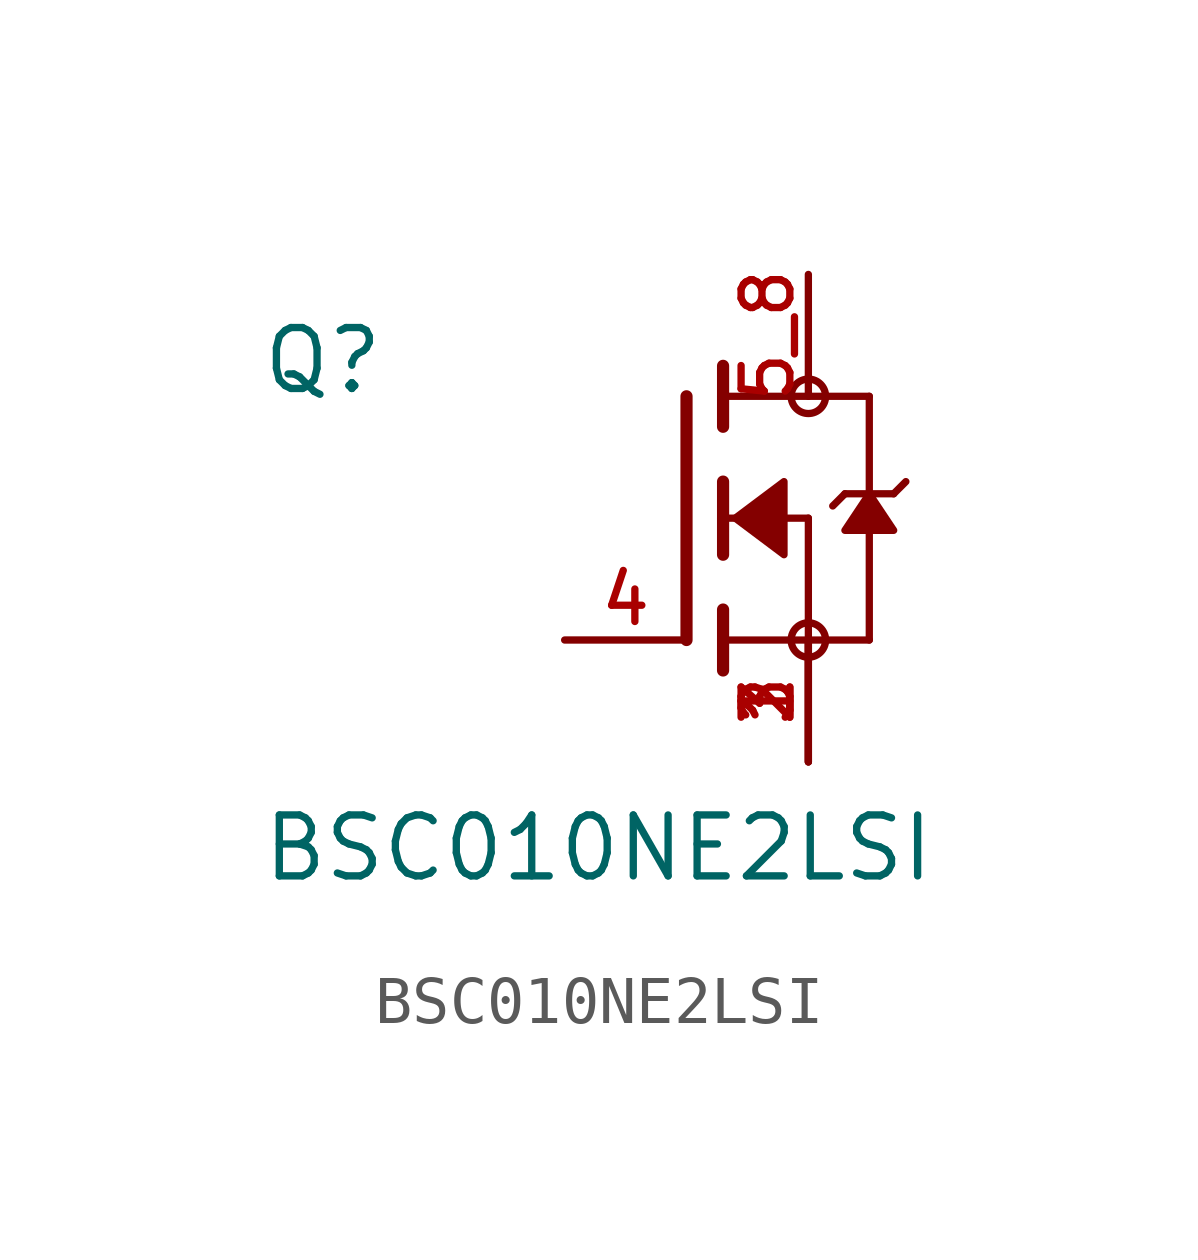
<source format=kicad_sym>
(kicad_symbol_lib
  (version 20211014)
  (generator kicad_symbol_editor)
  (symbol "BSC010NE2LSI"
    (pin_names
      (offset 1.016))
    (property "Reference" "Q"
      (at -8.89 2.54 0)
      (effects (font (size 1.27 1.27)) (justify bottom left)))
    (property "Value" "BSC010NE2LSI"
      (at -8.89 -7.62 0)
      (effects (font (size 1.27 1.27)) (justify bottom left)))
    (symbol "BSC010NE2LSI_0_0"
      (polyline (pts (xy 0.762 0.762) (xy 0.762 0.0)) (stroke (width 0.254)))
      (polyline (pts (xy 0.762 0.0) (xy 0.762 -0.762)) (stroke (width 0.254)))
      (polyline (pts (xy 0.762 3.175) (xy 0.762 2.54)) (stroke (width 0.254)))
      (polyline (pts (xy 0.762 2.54) (xy 0.762 1.905)) (stroke (width 0.254)))
      (polyline (pts (xy 0.762 0.0) (xy 2.54 0.0)) (stroke (width 0.152)))
      (polyline (pts (xy 2.54 0.0) (xy 2.54 -2.54)) (stroke (width 0.152)))
      (polyline (pts (xy 0.762 -1.905) (xy 0.762 -2.54)) (stroke (width 0.254)))
      (polyline (pts (xy 0.762 -2.54) (xy 0.762 -3.175)) (stroke (width 0.254)))
      (polyline (pts (xy 0.0 2.54) (xy 0.0 -2.54)) (stroke (width 0.254)))
      (polyline (pts (xy 2.54 -2.54) (xy 0.762 -2.54)) (stroke (width 0.152)))
      (polyline (pts (xy 3.81 2.54) (xy 3.81 0.508)) (stroke (width 0.152)))
      (polyline (pts (xy 3.81 0.508) (xy 3.81 -2.54)) (stroke (width 0.152)))
      (polyline (pts (xy 2.54 -2.54) (xy 3.81 -2.54)) (stroke (width 0.152)))
      (polyline (pts (xy 0.762 2.54) (xy 3.81 2.54)) (stroke (width 0.152)))
      (polyline (pts (xy 4.572 0.762) (xy 4.318 0.508)) (stroke (width 0.152)))
      (polyline (pts (xy 4.318 0.508) (xy 3.81 0.508)) (stroke (width 0.152)))
      (polyline (pts (xy 3.81 0.508) (xy 3.302 0.508)) (stroke (width 0.152)))
      (polyline (pts (xy 3.302 0.508) (xy 3.048 0.254)) (stroke (width 0.152)))
      (circle (center 2.54 -2.54) (radius 0.359) (stroke (width 0.0)) (fill (type none)))
      (circle (center 2.54 2.54) (radius 0.359) (stroke (width 0.0)) (fill (type none)))
      (polyline (pts (xy 3.81 0.508) (xy 3.302 -0.254) (xy 4.318 -0.254) (xy 3.81 0.508)) (stroke (width 0.152)) (fill (type outline)))
      (polyline (pts (xy 1.016 0.0) (xy 2.032 0.762) (xy 2.032 -0.762) (xy 1.016 0.0)) (stroke (width 0.152)) (fill (type outline)))
      (pin passive line (at 2.54 -5.08 90.0) (length 2.54) (name "~" (effects (font (size 1.016 1.016)))) (number "1" (effects (font (size 1.016 1.016)))))
      (pin passive line (at 2.54 -5.08 90.0) (length 2.54) (name "~" (effects (font (size 1.016 1.016)))) (number "2" (effects (font (size 1.016 1.016)))))
      (pin passive line (at 2.54 -5.08 90.0) (length 2.54) (name "~" (effects (font (size 1.016 1.016)))) (number "3" (effects (font (size 1.016 1.016)))))
      (pin passive line (at -2.54 -2.54 0) (length 2.54) (name "~" (effects (font (size 1.016 1.016)))) (number "4" (effects (font (size 1.016 1.016)))))
      (pin passive line (at 2.54 5.08 270.0) (length 2.54) (name "~" (effects (font (size 1.016 1.016)))) (number "5_8" (effects (font (size 1.016 1.016))))))))
</source>
